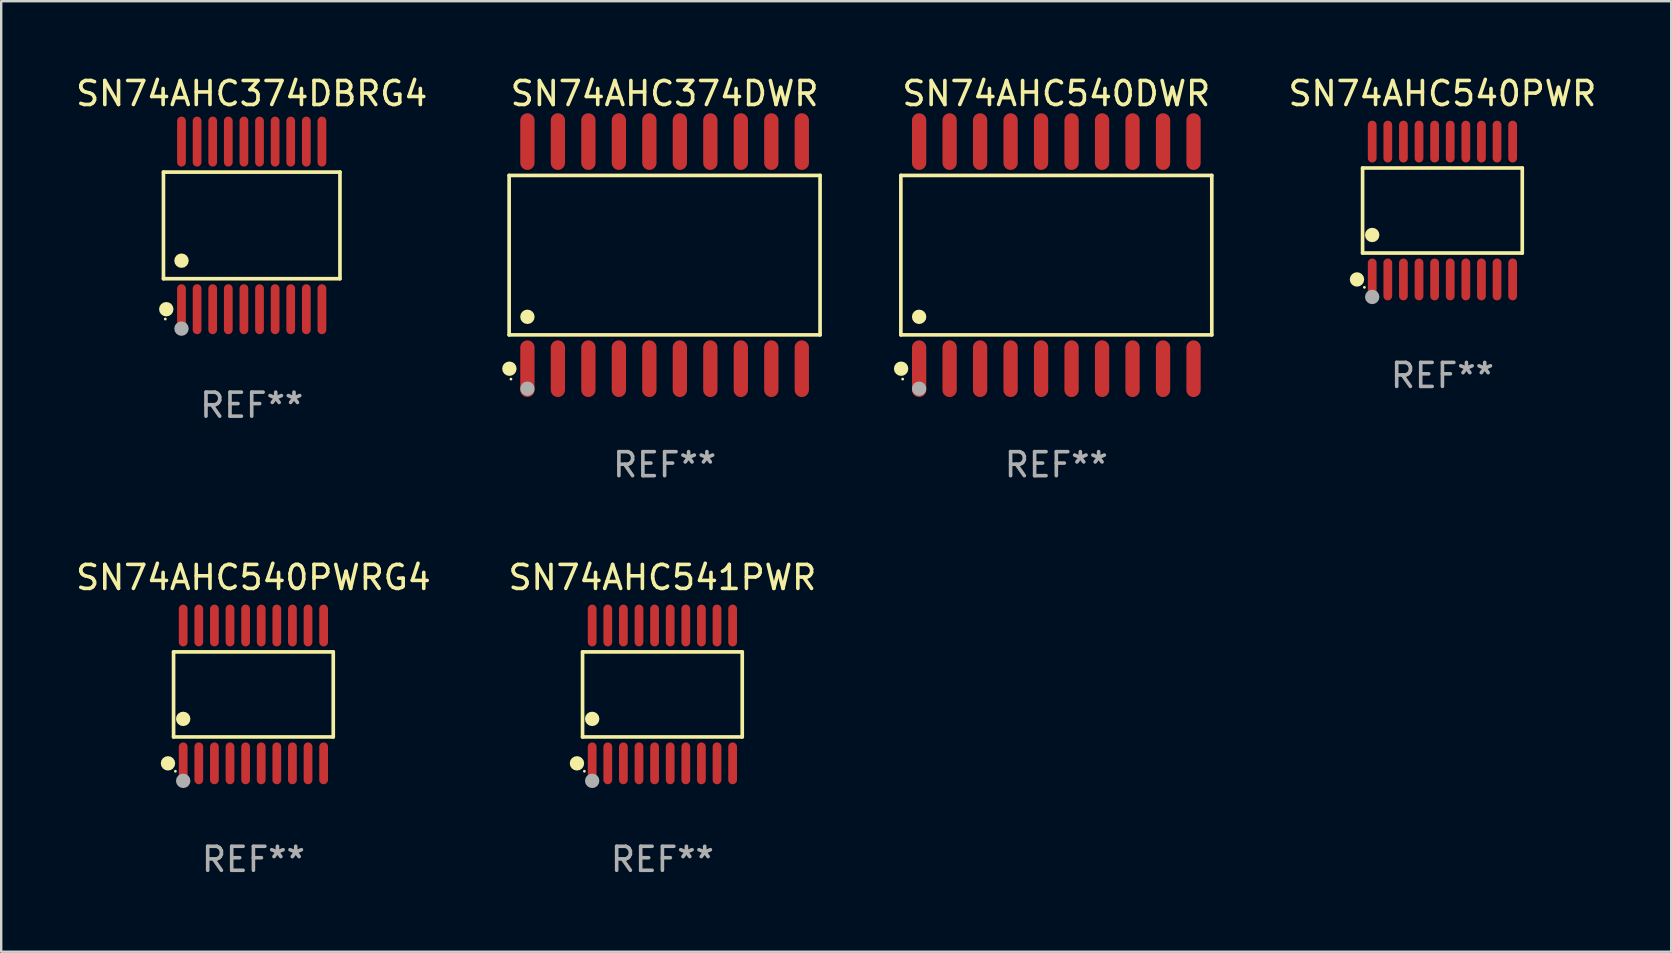
<source format=kicad_pcb>
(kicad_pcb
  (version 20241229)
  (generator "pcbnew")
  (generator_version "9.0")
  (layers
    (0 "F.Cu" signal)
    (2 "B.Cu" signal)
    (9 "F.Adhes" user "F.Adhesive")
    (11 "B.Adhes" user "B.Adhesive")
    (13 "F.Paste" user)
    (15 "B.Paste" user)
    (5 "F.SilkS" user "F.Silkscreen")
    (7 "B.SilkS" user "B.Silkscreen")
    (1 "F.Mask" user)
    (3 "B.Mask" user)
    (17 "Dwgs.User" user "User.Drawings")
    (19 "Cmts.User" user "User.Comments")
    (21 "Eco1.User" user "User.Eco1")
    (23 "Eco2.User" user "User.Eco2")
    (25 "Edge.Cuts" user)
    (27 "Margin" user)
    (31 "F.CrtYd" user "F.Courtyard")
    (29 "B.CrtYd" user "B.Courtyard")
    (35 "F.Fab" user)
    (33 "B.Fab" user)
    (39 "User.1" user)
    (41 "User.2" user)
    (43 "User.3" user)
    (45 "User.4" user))
  (footprint "SN74AHC374DWR"
    (layer "F.Cu")
    (at 24.634 7.578)
    (property "Reference" "SN74AHC374DWR" (at 0 -6.73 0) (layer "F.SilkS") (effects (font (size 1 1) (thickness 0.15))))
    (attr through_hole)
    (fp_line (start -6.476 -3.321) (end 6.476 -3.321) (stroke (width 0.152) (type solid)) (layer "F.SilkS"))
    (fp_line (start -6.476 3.321) (end -6.476 -3.321) (stroke (width 0.152) (type solid)) (layer "F.SilkS"))
    (fp_line (start 6.476 -3.321) (end 6.476 3.321) (stroke (width 0.152) (type solid)) (layer "F.SilkS"))
    (fp_line (start 6.476 3.321) (end -6.476 3.321) (stroke (width 0.152) (type solid)) (layer "F.SilkS"))
    (fp_circle (center -6.465 4.73) (end -6.315 4.73) (stroke (width 0.3) (type solid)) (fill no) (layer "F.SilkS"))
    (fp_circle (center -6.4 5.163) (end -6.37 5.163) (stroke (width 0.06) (type solid)) (fill no) (layer "F.SilkS"))
    (fp_circle (center -5.715 2.569) (end -5.565 2.569) (stroke (width 0.3) (type solid)) (fill no) (layer "F.SilkS"))
    (fp_circle (center -5.715 5.563) (end -5.565 5.563) (stroke (width 0.3) (type solid)) (fill no) (layer "F.Fab"))
    (fp_text user "REF**" (at 0 8.73 0) (layer "F.Fab") (effects (font (size 1 1) (thickness 0.15))))
    (pad "1" smd oval (at -5.715 4.73) (size 0.595 2.36) (layers "F.Cu" "F.Mask" "F.Paste"))
    (pad "2" smd oval (at -4.445 4.73) (size 0.595 2.36) (layers "F.Cu" "F.Mask" "F.Paste"))
    (pad "3" smd oval (at -3.175 4.73) (size 0.595 2.36) (layers "F.Cu" "F.Mask" "F.Paste"))
    (pad "4" smd oval (at -1.905 4.73) (size 0.595 2.36) (layers "F.Cu" "F.Mask" "F.Paste"))
    (pad "5" smd oval (at -0.635 4.73) (size 0.595 2.36) (layers "F.Cu" "F.Mask" "F.Paste"))
    (pad "6" smd oval (at 0.635 4.73) (size 0.595 2.36) (layers "F.Cu" "F.Mask" "F.Paste"))
    (pad "7" smd oval (at 1.905 4.73) (size 0.595 2.36) (layers "F.Cu" "F.Mask" "F.Paste"))
    (pad "8" smd oval (at 3.175 4.73) (size 0.595 2.36) (layers "F.Cu" "F.Mask" "F.Paste"))
    (pad "9" smd oval (at 4.445 4.73) (size 0.595 2.36) (layers "F.Cu" "F.Mask" "F.Paste"))
    (pad "10" smd oval (at 5.715 4.73) (size 0.595 2.36) (layers "F.Cu" "F.Mask" "F.Paste"))
    (pad "11" smd oval (at 5.715 -4.73) (size 0.595 2.36) (layers "F.Cu" "F.Mask" "F.Paste"))
    (pad "12" smd oval (at 4.445 -4.73) (size 0.595 2.36) (layers "F.Cu" "F.Mask" "F.Paste"))
    (pad "13" smd oval (at 3.175 -4.73) (size 0.595 2.36) (layers "F.Cu" "F.Mask" "F.Paste"))
    (pad "14" smd oval (at 1.905 -4.73) (size 0.595 2.36) (layers "F.Cu" "F.Mask" "F.Paste"))
    (pad "15" smd oval (at 0.635 -4.73) (size 0.595 2.36) (layers "F.Cu" "F.Mask" "F.Paste"))
    (pad "16" smd oval (at -0.635 -4.73) (size 0.595 2.36) (layers "F.Cu" "F.Mask" "F.Paste"))
    (pad "17" smd oval (at -1.905 -4.73) (size 0.595 2.36) (layers "F.Cu" "F.Mask" "F.Paste"))
    (pad "18" smd oval (at -3.175 -4.73) (size 0.595 2.36) (layers "F.Cu" "F.Mask" "F.Paste"))
    (pad "19" smd oval (at -4.445 -4.73) (size 0.595 2.36) (layers "F.Cu" "F.Mask" "F.Paste"))
    (pad "20" smd oval (at -5.715 -4.73) (size 0.595 2.36) (layers "F.Cu" "F.Mask" "F.Paste")))
  (footprint "SN74AHC540DWR"
    (layer "F.Cu")
    (at 40.951 7.578)
    (property "Reference" "SN74AHC540DWR" (at 0 -6.73 0) (layer "F.SilkS") (effects (font (size 1 1) (thickness 0.15))))
    (attr through_hole)
    (fp_line (start -6.476 -3.321) (end 6.476 -3.321) (stroke (width 0.152) (type solid)) (layer "F.SilkS"))
    (fp_line (start -6.476 3.321) (end -6.476 -3.321) (stroke (width 0.152) (type solid)) (layer "F.SilkS"))
    (fp_line (start 6.476 -3.321) (end 6.476 3.321) (stroke (width 0.152) (type solid)) (layer "F.SilkS"))
    (fp_line (start 6.476 3.321) (end -6.476 3.321) (stroke (width 0.152) (type solid)) (layer "F.SilkS"))
    (fp_circle (center -6.465 4.73) (end -6.315 4.73) (stroke (width 0.3) (type solid)) (fill no) (layer "F.SilkS"))
    (fp_circle (center -6.4 5.163) (end -6.37 5.163) (stroke (width 0.06) (type solid)) (fill no) (layer "F.SilkS"))
    (fp_circle (center -5.715 2.569) (end -5.565 2.569) (stroke (width 0.3) (type solid)) (fill no) (layer "F.SilkS"))
    (fp_circle (center -5.715 5.563) (end -5.565 5.563) (stroke (width 0.3) (type solid)) (fill no) (layer "F.Fab"))
    (fp_text user "REF**" (at 0 8.73 0) (layer "F.Fab") (effects (font (size 1 1) (thickness 0.15))))
    (pad "1" smd oval (at -5.715 4.73) (size 0.595 2.36) (layers "F.Cu" "F.Mask" "F.Paste"))
    (pad "2" smd oval (at -4.445 4.73) (size 0.595 2.36) (layers "F.Cu" "F.Mask" "F.Paste"))
    (pad "3" smd oval (at -3.175 4.73) (size 0.595 2.36) (layers "F.Cu" "F.Mask" "F.Paste"))
    (pad "4" smd oval (at -1.905 4.73) (size 0.595 2.36) (layers "F.Cu" "F.Mask" "F.Paste"))
    (pad "5" smd oval (at -0.635 4.73) (size 0.595 2.36) (layers "F.Cu" "F.Mask" "F.Paste"))
    (pad "6" smd oval (at 0.635 4.73) (size 0.595 2.36) (layers "F.Cu" "F.Mask" "F.Paste"))
    (pad "7" smd oval (at 1.905 4.73) (size 0.595 2.36) (layers "F.Cu" "F.Mask" "F.Paste"))
    (pad "8" smd oval (at 3.175 4.73) (size 0.595 2.36) (layers "F.Cu" "F.Mask" "F.Paste"))
    (pad "9" smd oval (at 4.445 4.73) (size 0.595 2.36) (layers "F.Cu" "F.Mask" "F.Paste"))
    (pad "10" smd oval (at 5.715 4.73) (size 0.595 2.36) (layers "F.Cu" "F.Mask" "F.Paste"))
    (pad "11" smd oval (at 5.715 -4.73) (size 0.595 2.36) (layers "F.Cu" "F.Mask" "F.Paste"))
    (pad "12" smd oval (at 4.445 -4.73) (size 0.595 2.36) (layers "F.Cu" "F.Mask" "F.Paste"))
    (pad "13" smd oval (at 3.175 -4.73) (size 0.595 2.36) (layers "F.Cu" "F.Mask" "F.Paste"))
    (pad "14" smd oval (at 1.905 -4.73) (size 0.595 2.36) (layers "F.Cu" "F.Mask" "F.Paste"))
    (pad "15" smd oval (at 0.635 -4.73) (size 0.595 2.36) (layers "F.Cu" "F.Mask" "F.Paste"))
    (pad "16" smd oval (at -0.635 -4.73) (size 0.595 2.36) (layers "F.Cu" "F.Mask" "F.Paste"))
    (pad "17" smd oval (at -1.905 -4.73) (size 0.595 2.36) (layers "F.Cu" "F.Mask" "F.Paste"))
    (pad "18" smd oval (at -3.175 -4.73) (size 0.595 2.36) (layers "F.Cu" "F.Mask" "F.Paste"))
    (pad "19" smd oval (at -4.445 -4.73) (size 0.595 2.36) (layers "F.Cu" "F.Mask" "F.Paste"))
    (pad "20" smd oval (at -5.715 -4.73) (size 0.595 2.36) (layers "F.Cu" "F.Mask" "F.Paste")))
  (footprint "SN74AHC541PWR"
    (layer "F.Cu")
    (at 24.542 25.876)
    (property "Reference" "SN74AHC541PWR" (at 0 -4.871 0) (layer "F.SilkS") (effects (font (size 1 1) (thickness 0.15))))
    (attr through_hole)
    (fp_line (start -3.326 -1.771) (end 3.326 -1.771) (stroke (width 0.152) (type solid)) (layer "F.SilkS"))
    (fp_line (start -3.326 1.771) (end -3.326 -1.771) (stroke (width 0.152) (type solid)) (layer "F.SilkS"))
    (fp_line (start 3.326 -1.771) (end 3.326 1.771) (stroke (width 0.152) (type solid)) (layer "F.SilkS"))
    (fp_line (start 3.326 1.771) (end -3.326 1.771) (stroke (width 0.152) (type solid)) (layer "F.SilkS"))
    (fp_circle (center -3.559 2.871) (end -3.409 2.871) (stroke (width 0.3) (type solid)) (fill no) (layer "F.SilkS"))
    (fp_circle (center -3.25 3.2) (end -3.22 3.2) (stroke (width 0.06) (type solid)) (fill no) (layer "F.SilkS"))
    (fp_circle (center -2.925 1.019) (end -2.775 1.019) (stroke (width 0.3) (type solid)) (fill no) (layer "F.SilkS"))
    (fp_circle (center -2.925 3.6) (end -2.775 3.6) (stroke (width 0.3) (type solid)) (fill no) (layer "F.Fab"))
    (fp_text user "REF**" (at 0 6.871 0) (layer "F.Fab") (effects (font (size 1 1) (thickness 0.15))))
    (pad "1" smd oval (at -2.925 2.871) (size 0.364 1.742) (layers "F.Cu" "F.Mask" "F.Paste"))
    (pad "2" smd oval (at -2.275 2.871) (size 0.364 1.742) (layers "F.Cu" "F.Mask" "F.Paste"))
    (pad "3" smd oval (at -1.625 2.871) (size 0.364 1.742) (layers "F.Cu" "F.Mask" "F.Paste"))
    (pad "4" smd oval (at -0.975 2.871) (size 0.364 1.742) (layers "F.Cu" "F.Mask" "F.Paste"))
    (pad "5" smd oval (at -0.325 2.871) (size 0.364 1.742) (layers "F.Cu" "F.Mask" "F.Paste"))
    (pad "6" smd oval (at 0.325 2.871) (size 0.364 1.742) (layers "F.Cu" "F.Mask" "F.Paste"))
    (pad "7" smd oval (at 0.975 2.871) (size 0.364 1.742) (layers "F.Cu" "F.Mask" "F.Paste"))
    (pad "8" smd oval (at 1.625 2.871) (size 0.364 1.742) (layers "F.Cu" "F.Mask" "F.Paste"))
    (pad "9" smd oval (at 2.275 2.871) (size 0.364 1.742) (layers "F.Cu" "F.Mask" "F.Paste"))
    (pad "10" smd oval (at 2.925 2.871) (size 0.364 1.742) (layers "F.Cu" "F.Mask" "F.Paste"))
    (pad "11" smd oval (at 2.925 -2.871) (size 0.364 1.742) (layers "F.Cu" "F.Mask" "F.Paste"))
    (pad "12" smd oval (at 2.275 -2.871) (size 0.364 1.742) (layers "F.Cu" "F.Mask" "F.Paste"))
    (pad "13" smd oval (at 1.625 -2.871) (size 0.364 1.742) (layers "F.Cu" "F.Mask" "F.Paste"))
    (pad "14" smd oval (at 0.975 -2.871) (size 0.364 1.742) (layers "F.Cu" "F.Mask" "F.Paste"))
    (pad "15" smd oval (at 0.325 -2.871) (size 0.364 1.742) (layers "F.Cu" "F.Mask" "F.Paste"))
    (pad "16" smd oval (at -0.325 -2.871) (size 0.364 1.742) (layers "F.Cu" "F.Mask" "F.Paste"))
    (pad "17" smd oval (at -0.975 -2.871) (size 0.364 1.742) (layers "F.Cu" "F.Mask" "F.Paste"))
    (pad "18" smd oval (at -1.625 -2.871) (size 0.364 1.742) (layers "F.Cu" "F.Mask" "F.Paste"))
    (pad "19" smd oval (at -2.275 -2.871) (size 0.364 1.742) (layers "F.Cu" "F.Mask" "F.Paste"))
    (pad "20" smd oval (at -2.925 -2.871) (size 0.364 1.742) (layers "F.Cu" "F.Mask" "F.Paste")))
  (footprint "SN74AHC540PWRG4"
    (layer "F.Cu")
    (at 7.506 25.876)
    (property "Reference" "SN74AHC540PWRG4" (at 0 -4.871 0) (layer "F.SilkS") (effects (font (size 1 1) (thickness 0.15))))
    (attr through_hole)
    (fp_line (start -3.326 -1.771) (end 3.326 -1.771) (stroke (width 0.152) (type solid)) (layer "F.SilkS"))
    (fp_line (start -3.326 1.771) (end -3.326 -1.771) (stroke (width 0.152) (type solid)) (layer "F.SilkS"))
    (fp_line (start 3.326 -1.771) (end 3.326 1.771) (stroke (width 0.152) (type solid)) (layer "F.SilkS"))
    (fp_line (start 3.326 1.771) (end -3.326 1.771) (stroke (width 0.152) (type solid)) (layer "F.SilkS"))
    (fp_circle (center -3.559 2.871) (end -3.409 2.871) (stroke (width 0.3) (type solid)) (fill no) (layer "F.SilkS"))
    (fp_circle (center -3.25 3.2) (end -3.22 3.2) (stroke (width 0.06) (type solid)) (fill no) (layer "F.SilkS"))
    (fp_circle (center -2.925 1.019) (end -2.775 1.019) (stroke (width 0.3) (type solid)) (fill no) (layer "F.SilkS"))
    (fp_circle (center -2.925 3.6) (end -2.775 3.6) (stroke (width 0.3) (type solid)) (fill no) (layer "F.Fab"))
    (fp_text user "REF**" (at 0 6.871 0) (layer "F.Fab") (effects (font (size 1 1) (thickness 0.15))))
    (pad "1" smd oval (at -2.925 2.871) (size 0.364 1.742) (layers "F.Cu" "F.Mask" "F.Paste"))
    (pad "2" smd oval (at -2.275 2.871) (size 0.364 1.742) (layers "F.Cu" "F.Mask" "F.Paste"))
    (pad "3" smd oval (at -1.625 2.871) (size 0.364 1.742) (layers "F.Cu" "F.Mask" "F.Paste"))
    (pad "4" smd oval (at -0.975 2.871) (size 0.364 1.742) (layers "F.Cu" "F.Mask" "F.Paste"))
    (pad "5" smd oval (at -0.325 2.871) (size 0.364 1.742) (layers "F.Cu" "F.Mask" "F.Paste"))
    (pad "6" smd oval (at 0.325 2.871) (size 0.364 1.742) (layers "F.Cu" "F.Mask" "F.Paste"))
    (pad "7" smd oval (at 0.975 2.871) (size 0.364 1.742) (layers "F.Cu" "F.Mask" "F.Paste"))
    (pad "8" smd oval (at 1.625 2.871) (size 0.364 1.742) (layers "F.Cu" "F.Mask" "F.Paste"))
    (pad "9" smd oval (at 2.275 2.871) (size 0.364 1.742) (layers "F.Cu" "F.Mask" "F.Paste"))
    (pad "10" smd oval (at 2.925 2.871) (size 0.364 1.742) (layers "F.Cu" "F.Mask" "F.Paste"))
    (pad "11" smd oval (at 2.925 -2.871) (size 0.364 1.742) (layers "F.Cu" "F.Mask" "F.Paste"))
    (pad "12" smd oval (at 2.275 -2.871) (size 0.364 1.742) (layers "F.Cu" "F.Mask" "F.Paste"))
    (pad "13" smd oval (at 1.625 -2.871) (size 0.364 1.742) (layers "F.Cu" "F.Mask" "F.Paste"))
    (pad "14" smd oval (at 0.975 -2.871) (size 0.364 1.742) (layers "F.Cu" "F.Mask" "F.Paste"))
    (pad "15" smd oval (at 0.325 -2.871) (size 0.364 1.742) (layers "F.Cu" "F.Mask" "F.Paste"))
    (pad "16" smd oval (at -0.325 -2.871) (size 0.364 1.742) (layers "F.Cu" "F.Mask" "F.Paste"))
    (pad "17" smd oval (at -0.975 -2.871) (size 0.364 1.742) (layers "F.Cu" "F.Mask" "F.Paste"))
    (pad "18" smd oval (at -1.625 -2.871) (size 0.364 1.742) (layers "F.Cu" "F.Mask" "F.Paste"))
    (pad "19" smd oval (at -2.275 -2.871) (size 0.364 1.742) (layers "F.Cu" "F.Mask" "F.Paste"))
    (pad "20" smd oval (at -2.925 -2.871) (size 0.364 1.742) (layers "F.Cu" "F.Mask" "F.Paste")))
  (footprint "SN74AHC374DBRG4"
    (layer "F.Cu")
    (at 7.435 6.339)
    (property "Reference" "SN74AHC374DBRG4" (at 0 -5.491 0) (layer "F.SilkS") (effects (font (size 1 1) (thickness 0.15))))
    (attr through_hole)
    (fp_line (start -3.676 -2.221) (end 3.676 -2.221) (stroke (width 0.152) (type solid)) (layer "F.SilkS"))
    (fp_line (start -3.676 2.221) (end -3.676 -2.221) (stroke (width 0.152) (type solid)) (layer "F.SilkS"))
    (fp_line (start 3.676 -2.221) (end 3.676 2.221) (stroke (width 0.152) (type solid)) (layer "F.SilkS"))
    (fp_line (start 3.676 2.221) (end -3.676 2.221) (stroke (width 0.152) (type solid)) (layer "F.SilkS"))
    (fp_circle (center -3.6 3.9) (end -3.57 3.9) (stroke (width 0.06) (type solid)) (fill no) (layer "F.SilkS"))
    (fp_circle (center -3.559 3.491) (end -3.409 3.491) (stroke (width 0.3) (type solid)) (fill no) (layer "F.SilkS"))
    (fp_circle (center -2.925 1.469) (end -2.775 1.469) (stroke (width 0.3) (type solid)) (fill no) (layer "F.SilkS"))
    (fp_circle (center -2.925 4.3) (end -2.775 4.3) (stroke (width 0.3) (type solid)) (fill no) (layer "F.Fab"))
    (fp_text user "REF**" (at 0 7.491 0) (layer "F.Fab") (effects (font (size 1 1) (thickness 0.15))))
    (pad "1" smd oval (at -2.925 3.491) (size 0.364 2.082) (layers "F.Cu" "F.Mask" "F.Paste"))
    (pad "2" smd oval (at -2.275 3.491) (size 0.364 2.082) (layers "F.Cu" "F.Mask" "F.Paste"))
    (pad "3" smd oval (at -1.625 3.491) (size 0.364 2.082) (layers "F.Cu" "F.Mask" "F.Paste"))
    (pad "4" smd oval (at -0.975 3.491) (size 0.364 2.082) (layers "F.Cu" "F.Mask" "F.Paste"))
    (pad "5" smd oval (at -0.325 3.491) (size 0.364 2.082) (layers "F.Cu" "F.Mask" "F.Paste"))
    (pad "6" smd oval (at 0.325 3.491) (size 0.364 2.082) (layers "F.Cu" "F.Mask" "F.Paste"))
    (pad "7" smd oval (at 0.975 3.491) (size 0.364 2.082) (layers "F.Cu" "F.Mask" "F.Paste"))
    (pad "8" smd oval (at 1.625 3.491) (size 0.364 2.082) (layers "F.Cu" "F.Mask" "F.Paste"))
    (pad "9" smd oval (at 2.275 3.491) (size 0.364 2.082) (layers "F.Cu" "F.Mask" "F.Paste"))
    (pad "10" smd oval (at 2.925 3.491) (size 0.364 2.082) (layers "F.Cu" "F.Mask" "F.Paste"))
    (pad "11" smd oval (at 2.925 -3.491) (size 0.364 2.082) (layers "F.Cu" "F.Mask" "F.Paste"))
    (pad "12" smd oval (at 2.275 -3.491) (size 0.364 2.082) (layers "F.Cu" "F.Mask" "F.Paste"))
    (pad "13" smd oval (at 1.625 -3.491) (size 0.364 2.082) (layers "F.Cu" "F.Mask" "F.Paste"))
    (pad "14" smd oval (at 0.975 -3.491) (size 0.364 2.082) (layers "F.Cu" "F.Mask" "F.Paste"))
    (pad "15" smd oval (at 0.325 -3.491) (size 0.364 2.082) (layers "F.Cu" "F.Mask" "F.Paste"))
    (pad "16" smd oval (at -0.325 -3.491) (size 0.364 2.082) (layers "F.Cu" "F.Mask" "F.Paste"))
    (pad "17" smd oval (at -0.975 -3.491) (size 0.364 2.082) (layers "F.Cu" "F.Mask" "F.Paste"))
    (pad "18" smd oval (at -1.625 -3.491) (size 0.364 2.082) (layers "F.Cu" "F.Mask" "F.Paste"))
    (pad "19" smd oval (at -2.275 -3.491) (size 0.364 2.082) (layers "F.Cu" "F.Mask" "F.Paste"))
    (pad "20" smd oval (at -2.925 -3.491) (size 0.364 2.082) (layers "F.Cu" "F.Mask" "F.Paste")))
  (footprint "SN74AHC540PWR"
    (layer "F.Cu")
    (at 57.034 5.719)
    (property "Reference" "SN74AHC540PWR" (at 0 -4.871 0) (layer "F.SilkS") (effects (font (size 1 1) (thickness 0.15))))
    (attr through_hole)
    (fp_line (start -3.326 -1.771) (end 3.326 -1.771) (stroke (width 0.152) (type solid)) (layer "F.SilkS"))
    (fp_line (start -3.326 1.771) (end -3.326 -1.771) (stroke (width 0.152) (type solid)) (layer "F.SilkS"))
    (fp_line (start 3.326 -1.771) (end 3.326 1.771) (stroke (width 0.152) (type solid)) (layer "F.SilkS"))
    (fp_line (start 3.326 1.771) (end -3.326 1.771) (stroke (width 0.152) (type solid)) (layer "F.SilkS"))
    (fp_circle (center -3.559 2.871) (end -3.409 2.871) (stroke (width 0.3) (type solid)) (fill no) (layer "F.SilkS"))
    (fp_circle (center -3.25 3.2) (end -3.22 3.2) (stroke (width 0.06) (type solid)) (fill no) (layer "F.SilkS"))
    (fp_circle (center -2.925 1.019) (end -2.775 1.019) (stroke (width 0.3) (type solid)) (fill no) (layer "F.SilkS"))
    (fp_circle (center -2.925 3.6) (end -2.775 3.6) (stroke (width 0.3) (type solid)) (fill no) (layer "F.Fab"))
    (fp_text user "REF**" (at 0 6.871 0) (layer "F.Fab") (effects (font (size 1 1) (thickness 0.15))))
    (pad "1" smd oval (at -2.925 2.871) (size 0.364 1.742) (layers "F.Cu" "F.Mask" "F.Paste"))
    (pad "2" smd oval (at -2.275 2.871) (size 0.364 1.742) (layers "F.Cu" "F.Mask" "F.Paste"))
    (pad "3" smd oval (at -1.625 2.871) (size 0.364 1.742) (layers "F.Cu" "F.Mask" "F.Paste"))
    (pad "4" smd oval (at -0.975 2.871) (size 0.364 1.742) (layers "F.Cu" "F.Mask" "F.Paste"))
    (pad "5" smd oval (at -0.325 2.871) (size 0.364 1.742) (layers "F.Cu" "F.Mask" "F.Paste"))
    (pad "6" smd oval (at 0.325 2.871) (size 0.364 1.742) (layers "F.Cu" "F.Mask" "F.Paste"))
    (pad "7" smd oval (at 0.975 2.871) (size 0.364 1.742) (layers "F.Cu" "F.Mask" "F.Paste"))
    (pad "8" smd oval (at 1.625 2.871) (size 0.364 1.742) (layers "F.Cu" "F.Mask" "F.Paste"))
    (pad "9" smd oval (at 2.275 2.871) (size 0.364 1.742) (layers "F.Cu" "F.Mask" "F.Paste"))
    (pad "10" smd oval (at 2.925 2.871) (size 0.364 1.742) (layers "F.Cu" "F.Mask" "F.Paste"))
    (pad "11" smd oval (at 2.925 -2.871) (size 0.364 1.742) (layers "F.Cu" "F.Mask" "F.Paste"))
    (pad "12" smd oval (at 2.275 -2.871) (size 0.364 1.742) (layers "F.Cu" "F.Mask" "F.Paste"))
    (pad "13" smd oval (at 1.625 -2.871) (size 0.364 1.742) (layers "F.Cu" "F.Mask" "F.Paste"))
    (pad "14" smd oval (at 0.975 -2.871) (size 0.364 1.742) (layers "F.Cu" "F.Mask" "F.Paste"))
    (pad "15" smd oval (at 0.325 -2.871) (size 0.364 1.742) (layers "F.Cu" "F.Mask" "F.Paste"))
    (pad "16" smd oval (at -0.325 -2.871) (size 0.364 1.742) (layers "F.Cu" "F.Mask" "F.Paste"))
    (pad "17" smd oval (at -0.975 -2.871) (size 0.364 1.742) (layers "F.Cu" "F.Mask" "F.Paste"))
    (pad "18" smd oval (at -1.625 -2.871) (size 0.364 1.742) (layers "F.Cu" "F.Mask" "F.Paste"))
    (pad "19" smd oval (at -2.275 -2.871) (size 0.364 1.742) (layers "F.Cu" "F.Mask" "F.Paste"))
    (pad "20" smd oval (at -2.925 -2.871) (size 0.364 1.742) (layers "F.Cu" "F.Mask" "F.Paste")))
  (gr_rect
    (start -3 -3)
    (end 66.563 36.595)
    (stroke (width 0.1) (type default))
    (fill no)
    (layer "Edge.Cuts")))
</source>
